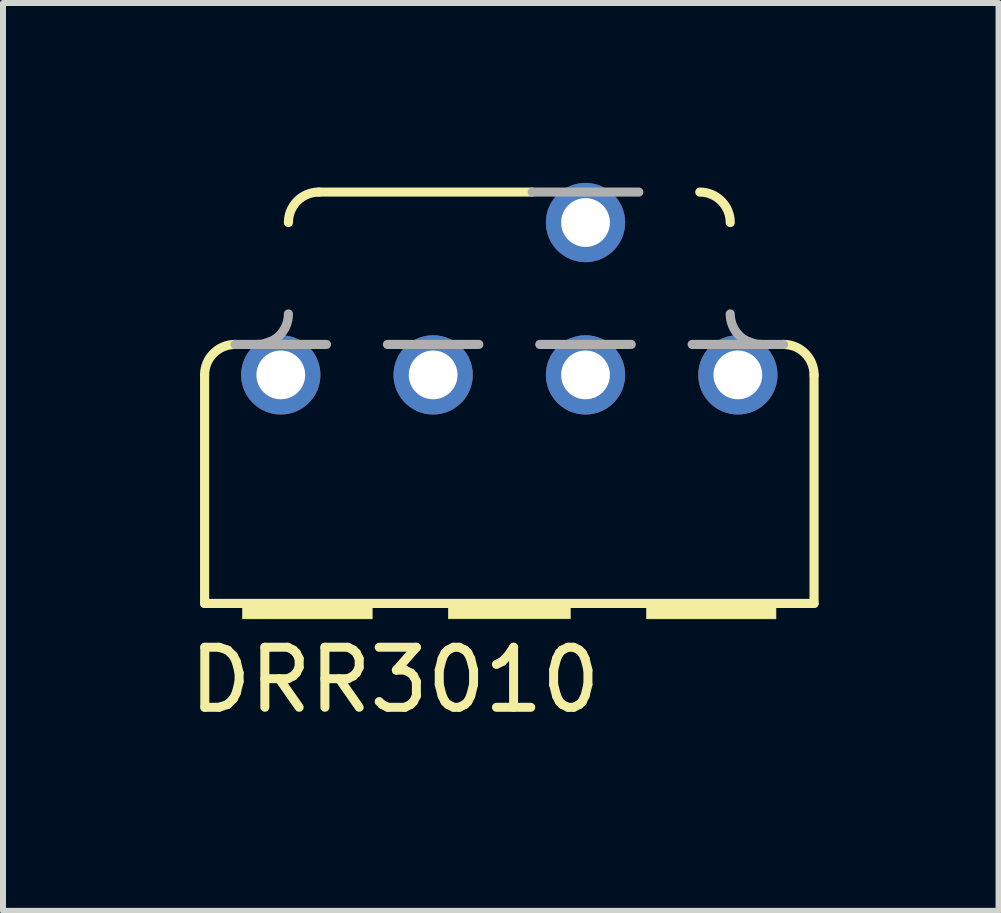
<source format=kicad_pcb>
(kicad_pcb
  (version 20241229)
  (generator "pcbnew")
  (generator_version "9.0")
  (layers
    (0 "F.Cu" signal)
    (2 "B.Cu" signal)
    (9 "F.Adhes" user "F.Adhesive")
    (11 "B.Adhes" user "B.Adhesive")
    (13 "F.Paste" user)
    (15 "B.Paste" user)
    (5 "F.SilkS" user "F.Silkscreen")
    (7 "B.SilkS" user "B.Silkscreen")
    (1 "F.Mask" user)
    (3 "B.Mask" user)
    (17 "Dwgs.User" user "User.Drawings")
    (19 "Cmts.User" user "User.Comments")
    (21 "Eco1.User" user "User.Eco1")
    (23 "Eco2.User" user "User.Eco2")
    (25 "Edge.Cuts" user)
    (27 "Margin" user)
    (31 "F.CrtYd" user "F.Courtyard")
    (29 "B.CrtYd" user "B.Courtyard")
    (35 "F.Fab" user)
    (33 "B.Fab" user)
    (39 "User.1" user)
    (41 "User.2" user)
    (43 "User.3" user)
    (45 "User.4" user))
  (footprint "DRR3010"
    (layer "F.Cu")
    (at 5.441 3.2)
    (property "Reference" "DRR3010" (at -1.907 5.086 0) (layer "F.SilkS") (effects (font (size 1.001 1.001) (thickness 0.15))))
    (attr through_hole)
    (fp_line (start -5.08 0) (end -5.08 3.81) (stroke (width 0.152) (type solid)) (layer "F.SilkS"))
    (fp_line (start 0.381 -3.048) (end -3.175 -3.048) (stroke (width 0.152) (type solid)) (layer "F.SilkS"))
    (fp_line (start 5.08 0) (end 5.08 3.81) (stroke (width 0.152) (type solid)) (layer "F.SilkS"))
    (fp_line (start 5.08 3.81) (end -5.08 3.81) (stroke (width 0.152) (type solid)) (layer "F.SilkS"))
    (fp_arc (start -5.08 0) (mid -4.93121 -0.35921) (end -4.572 -0.508) (stroke (width 0.1524) (type solid)) (layer "F.SilkS"))
    (fp_arc (start -3.683 -2.54) (mid -3.53421 -2.89921) (end -3.175 -3.048) (stroke (width 0.1524) (type solid)) (layer "F.SilkS"))
    (fp_arc (start 3.175 -3.048) (mid 3.53421 -2.89921) (end 3.683 -2.54) (stroke (width 0.1524) (type solid)) (layer "F.SilkS"))
    (fp_arc (start 4.572 -0.508) (mid 4.93121 -0.35921) (end 5.08 0) (stroke (width 0.1524) (type solid)) (layer "F.SilkS"))
    (fp_poly (pts (xy -4.448 3.81) (xy -2.286 3.81) (xy -2.286 4.067) (xy -4.448 4.067)) (stroke (width 0.01) (type solid)) (fill yes) (layer "F.SilkS"))
    (fp_poly (pts (xy -1.016 3.81) (xy 1.016 3.81) (xy 1.016 4.065) (xy -1.016 4.065)) (stroke (width 0.01) (type solid)) (fill yes) (layer "F.SilkS"))
    (fp_poly (pts (xy 2.288 3.81) (xy 4.445 3.81) (xy 4.445 4.067) (xy 2.288 4.067)) (stroke (width 0.01) (type solid)) (fill yes) (layer "F.SilkS"))
    (fp_line (start -3.048 -0.508) (end -4.572 -0.508) (stroke (width 0.152) (type solid)) (layer "F.Fab"))
    (fp_line (start -0.508 -0.508) (end -2.032 -0.508) (stroke (width 0.152) (type solid)) (layer "F.Fab"))
    (fp_line (start 0.381 -3.048) (end 2.159 -3.048) (stroke (width 0.152) (type solid)) (layer "F.Fab"))
    (fp_line (start 2.032 -0.508) (end 0.508 -0.508) (stroke (width 0.152) (type solid)) (layer "F.Fab"))
    (fp_line (start 4.572 -0.508) (end 3.048 -0.508) (stroke (width 0.152) (type solid)) (layer "F.Fab"))
    (fp_arc (start -3.683 -1.016) (mid -3.83179 -0.65679) (end -4.191 -0.508) (stroke (width 0.1524) (type solid)) (layer "F.Fab"))
    (fp_arc (start 4.191 -0.508) (mid 3.83179 -0.65679) (end 3.683 -1.016) (stroke (width 0.1524) (type solid)) (layer "F.Fab"))
    (pad "1" thru_hole circle (at 3.81 0) (size 1.321 1.321) (drill 0.813) (layers "*.Cu" "*.Mask"))
    (pad "2" thru_hole circle (at 1.27 0) (size 1.321 1.321) (drill 0.813) (layers "*.Cu" "*.Mask"))
    (pad "4" thru_hole circle (at -1.27 0) (size 1.321 1.321) (drill 0.813) (layers "*.Cu" "*.Mask"))
    (pad "8" thru_hole circle (at -3.81 0) (size 1.321 1.321) (drill 0.813) (layers "*.Cu" "*.Mask"))
    (pad "C" thru_hole circle (at 1.27 -2.54) (size 1.321 1.321) (drill 0.813) (layers "*.Cu" "*.Mask")))
  (gr_rect
    (start -3 -3)
    (end 13.597 12.135)
    (stroke (width 0.1) (type default))
    (fill no)
    (layer "Edge.Cuts")))
</source>
